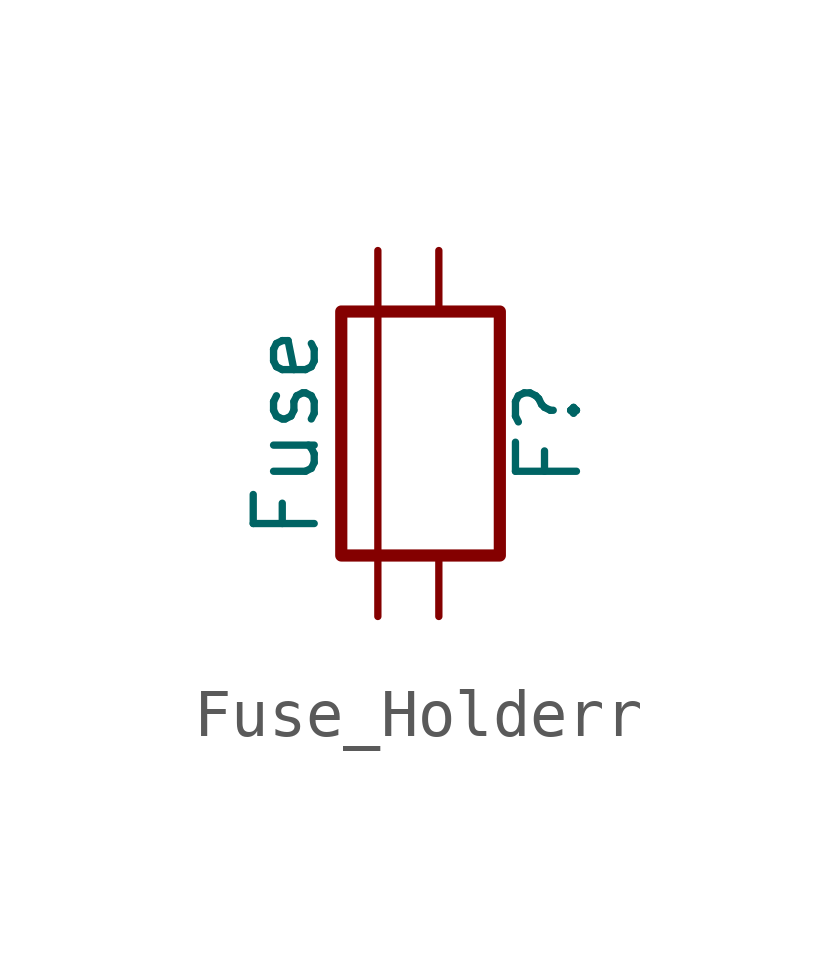
<source format=kicad_sym>
(kicad_symbol_lib
  (version 20231120)
  (generator "kicad_symbol_editor")
  (generator_version "8.0")
  (symbol "Fuse_Holderr"
    (pin_numbers hide)
    (pin_names
      (offset 0))
    (property "Reference" "F"
      (at 3.556 0 90)
      (effects (font (size 1.27 1.27))))
    (property "Value" "Fuse"
      (at -1.905 0 90)
      (effects (font (size 1.27 1.27))))
    (symbol "Fuse_Holderr_0_1"
      (rectangle (start -0.762 2.54) (end 2.54 -2.54) (stroke (width 0.254) (type default)) (fill (type none)))
      (polyline (pts (xy 0 -2.54) (xy 1.27 -2.54)) (stroke (width 0) (type default)) (fill (type none)))
      (polyline (pts (xy 0 2.54) (xy 0 -2.54)) (stroke (width 0) (type default)) (fill (type none)))
      (polyline (pts (xy 0 2.54) (xy 1.27 2.54)) (stroke (width 0) (type default)) (fill (type none))))
    (symbol "Fuse_Holderr_1_1"
      (pin passive line (at 0 3.81 270) (length 1.27) (name "~" (effects (font (size 1.27 1.27)))) (number "1" (effects (font (size 1.27 1.27)))))
      (pin passive line (at 1.27 3.81 270) (length 1.27) (name "~" (effects (font (size 1.27 1.27)))) (number "2" (effects (font (size 1.27 1.27)))))
      (pin passive line (at 0 -3.81 90) (length 1.27) (name "~" (effects (font (size 1.27 1.27)))) (number "3" (effects (font (size 1.27 1.27)))))
      (pin passive line (at 1.27 -3.81 90) (length 1.27) (name "~" (effects (font (size 1.27 1.27)))) (number "4" (effects (font (size 1.27 1.27))))))))
</source>
